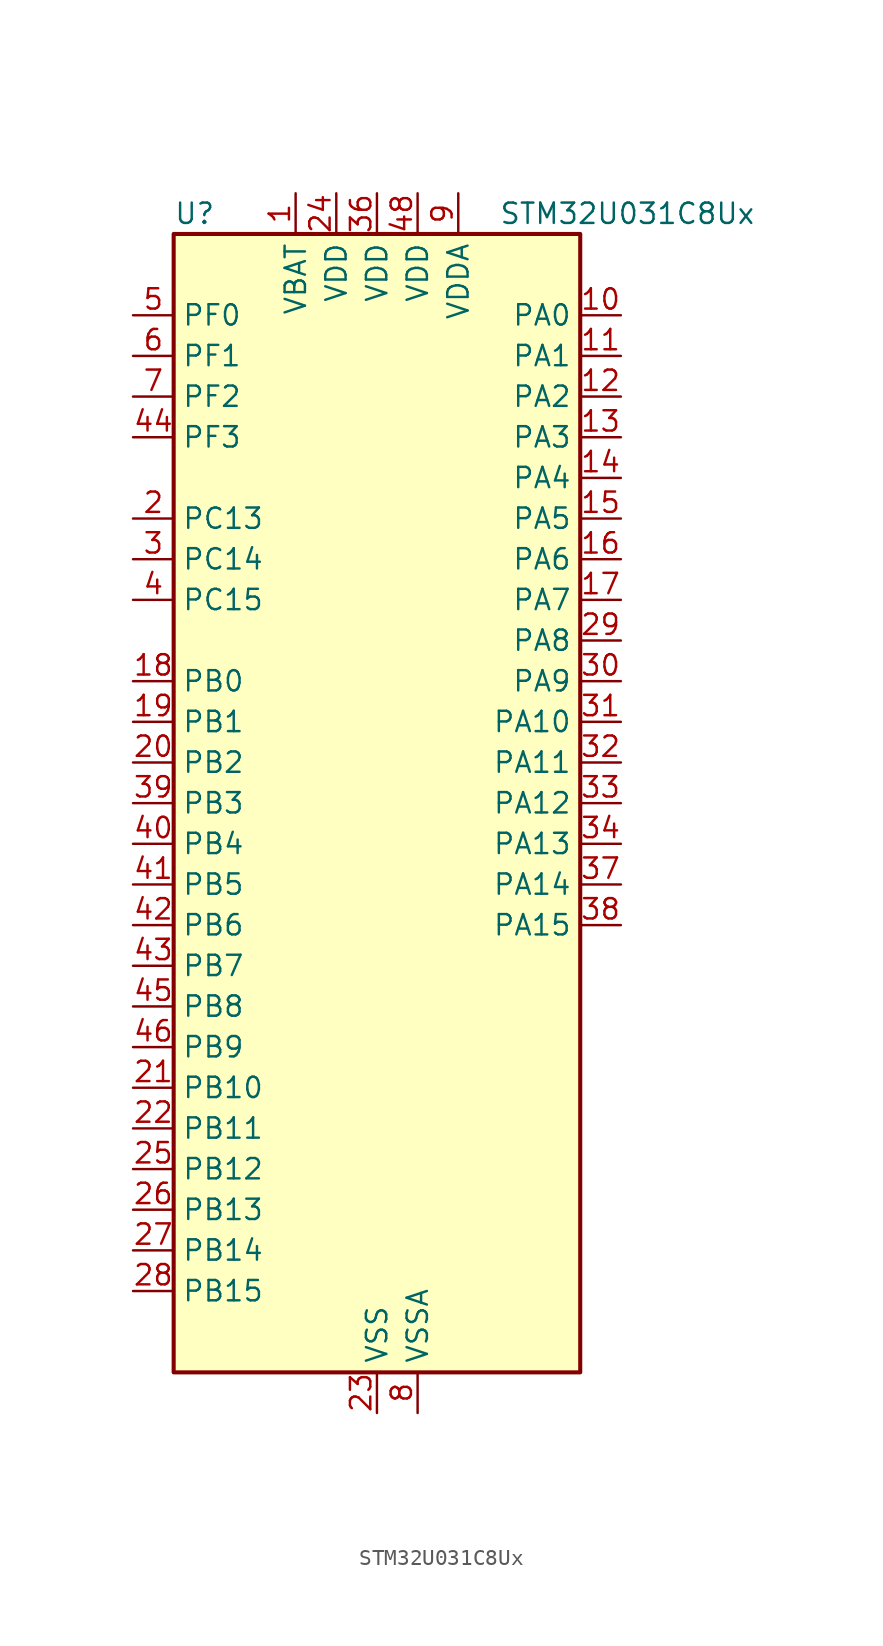
<source format=kicad_sym>
(kicad_symbol_lib
  (version 20241209)
  (generator "kicad_symbol_editor")
  (generator_version "9.0")
  (symbol "STM32U031C8Ux"
    (property "Reference" "U"
      (at -12.7 36.83 0)
      (effects (font (size 1.27 1.27)) (justify left)))
    (property "Value" "STM32U031C8Ux"
      (at 7.62 36.83 0)
      (effects (font (size 1.27 1.27)) (justify left)))
    (symbol "STM32U031C8Ux_0_1"
      (rectangle (start -12.7 -35.56) (end 12.7 35.56) (stroke (width 0.254) (type default)) (fill (type background))))
    (symbol "STM32U031C8Ux_1_1"
      (pin bidirectional line (at -15.24 30.48 0) (length 2.54) (name "PF0" (effects (font (size 1.27 1.27)))) (number "5" (effects (font (size 1.27 1.27)))) (alternate "RCC_OSC_IN" bidirectional line))
      (pin bidirectional line (at -15.24 27.94 0) (length 2.54) (name "PF1" (effects (font (size 1.27 1.27)))) (number "6" (effects (font (size 1.27 1.27)))) (alternate "RCC_OSC_EN" bidirectional line) (alternate "RCC_OSC_OUT" bidirectional line))
      (pin bidirectional line (at -15.24 25.4 0) (length 2.54) (name "PF2" (effects (font (size 1.27 1.27)))) (number "7" (effects (font (size 1.27 1.27)))) (alternate "RCC_MCO" bidirectional line))
      (pin bidirectional line (at -15.24 22.86 0) (length 2.54) (name "PF3" (effects (font (size 1.27 1.27)))) (number "44" (effects (font (size 1.27 1.27)))))
      (pin bidirectional line (at -15.24 17.78 0) (length 2.54) (name "PC13" (effects (font (size 1.27 1.27)))) (number "2" (effects (font (size 1.27 1.27)))) (alternate "LPTIM1_CH3" bidirectional line) (alternate "PWR_WKUP2" bidirectional line) (alternate "RTC_OUT1" bidirectional line) (alternate "RTC_TS" bidirectional line) (alternate "TAMP_IN1" bidirectional line))
      (pin bidirectional line (at -15.24 15.24 0) (length 2.54) (name "PC14" (effects (font (size 1.27 1.27)))) (number "3" (effects (font (size 1.27 1.27)))) (alternate "RCC_OSC32_IN" bidirectional line))
      (pin bidirectional line (at -15.24 12.7 0) (length 2.54) (name "PC15" (effects (font (size 1.27 1.27)))) (number "4" (effects (font (size 1.27 1.27)))) (alternate "RCC_OSC32_EN" bidirectional line) (alternate "RCC_OSC32_OUT" bidirectional line) (alternate "RCC_OSC_EN" bidirectional line))
      (pin bidirectional line (at -15.24 7.62 0) (length 2.54) (name "PB0" (effects (font (size 1.27 1.27)))) (number "18" (effects (font (size 1.27 1.27)))) (alternate "ADC1_IN17" bidirectional line) (alternate "COMP1_OUT" bidirectional line) (alternate "LPUART2_CTS" bidirectional line) (alternate "SPI1_NSS" bidirectional line) (alternate "TIM1_CH2N" bidirectional line) (alternate "TIM3_CH3" bidirectional line) (alternate "TSC_G5_IO2" bidirectional line) (alternate "USART3_CK" bidirectional line))
      (pin bidirectional line (at -15.24 5.08 0) (length 2.54) (name "PB1" (effects (font (size 1.27 1.27)))) (number "19" (effects (font (size 1.27 1.27)))) (alternate "ADC1_IN18" bidirectional line) (alternate "COMP1_INM" bidirectional line) (alternate "LPTIM2_IN1" bidirectional line) (alternate "LPUART1_DE" bidirectional line) (alternate "LPUART1_RTS" bidirectional line) (alternate "LPUART2_DE" bidirectional line) (alternate "LPUART2_RTS" bidirectional line) (alternate "TIM1_CH3N" bidirectional line) (alternate "TIM3_CH4" bidirectional line) (alternate "TSC_SYNC" bidirectional line) (alternate "USART3_DE" bidirectional line) (alternate "USART3_RTS" bidirectional line))
      (pin bidirectional line (at -15.24 2.54 0) (length 2.54) (name "PB2" (effects (font (size 1.27 1.27)))) (number "20" (effects (font (size 1.27 1.27)))) (alternate "COMP1_INP" bidirectional line) (alternate "LPTIM1_CH1" bidirectional line) (alternate "RTC_OUT2" bidirectional line))
      (pin bidirectional line (at -15.24 0 0) (length 2.54) (name "PB3" (effects (font (size 1.27 1.27)))) (number "39" (effects (font (size 1.27 1.27)))) (alternate "DEBUG_JTDO-SWO" bidirectional line) (alternate "I2C2_SCL" bidirectional line) (alternate "I2C3_SCL" bidirectional line) (alternate "LPTIM1_CH3" bidirectional line) (alternate "SPI1_SCK" bidirectional line) (alternate "TIM2_CH2" bidirectional line) (alternate "USART1_DE" bidirectional line) (alternate "USART1_RTS" bidirectional line))
      (pin bidirectional line (at -15.24 -2.54 0) (length 2.54) (name "PB4" (effects (font (size 1.27 1.27)))) (number "40" (effects (font (size 1.27 1.27)))) (alternate "I2C2_SDA" bidirectional line) (alternate "I2C3_SDA" bidirectional line) (alternate "LPTIM1_CH4" bidirectional line) (alternate "SPI1_MISO" bidirectional line) (alternate "TIM3_CH1" bidirectional line) (alternate "TSC_G2_IO1" bidirectional line) (alternate "USART1_CTS" bidirectional line))
      (pin bidirectional line (at -15.24 -5.08 0) (length 2.54) (name "PB5" (effects (font (size 1.27 1.27)))) (number "41" (effects (font (size 1.27 1.27)))) (alternate "LPTIM1_IN1" bidirectional line) (alternate "SPI1_MOSI" bidirectional line) (alternate "TIM16_BKIN" bidirectional line) (alternate "TIM3_CH2" bidirectional line) (alternate "TSC_G2_IO2" bidirectional line) (alternate "USART1_CK" bidirectional line))
      (pin bidirectional line (at -15.24 -7.62 0) (length 2.54) (name "PB6" (effects (font (size 1.27 1.27)))) (number "42" (effects (font (size 1.27 1.27)))) (alternate "I2C1_SCL" bidirectional line) (alternate "I2C2_SCL" bidirectional line) (alternate "LPTIM1_ETR" bidirectional line) (alternate "LPUART2_TX" bidirectional line) (alternate "TIM16_CH1N" bidirectional line) (alternate "TSC_G2_IO3" bidirectional line) (alternate "USART1_TX" bidirectional line))
      (pin bidirectional line (at -15.24 -10.16 0) (length 2.54) (name "PB7" (effects (font (size 1.27 1.27)))) (number "43" (effects (font (size 1.27 1.27)))) (alternate "I2C1_SDA" bidirectional line) (alternate "I2C2_SDA" bidirectional line) (alternate "LPTIM1_IN2" bidirectional line) (alternate "LPUART2_RX" bidirectional line) (alternate "TSC_G2_IO4" bidirectional line) (alternate "USART1_RX" bidirectional line) (alternate "USART4_CTS" bidirectional line))
      (pin bidirectional line (at -15.24 -12.7 0) (length 2.54) (name "PB8" (effects (font (size 1.27 1.27)))) (number "45" (effects (font (size 1.27 1.27)))) (alternate "I2C1_SCL" bidirectional line) (alternate "I2C2_SCL" bidirectional line) (alternate "LPTIM1_IN2" bidirectional line) (alternate "TIM16_CH1" bidirectional line) (alternate "USART3_TX" bidirectional line))
      (pin bidirectional line (at -15.24 -15.24 0) (length 2.54) (name "PB9" (effects (font (size 1.27 1.27)))) (number "46" (effects (font (size 1.27 1.27)))) (alternate "DAC1_EXTI9" bidirectional line) (alternate "I2C1_SDA" bidirectional line) (alternate "I2C2_SDA" bidirectional line) (alternate "IR_OUT" bidirectional line) (alternate "LPTIM1_CH4" bidirectional line) (alternate "SPI2_NSS" bidirectional line) (alternate "USART3_RX" bidirectional line))
      (pin bidirectional line (at -15.24 -17.78 0) (length 2.54) (name "PB10" (effects (font (size 1.27 1.27)))) (number "21" (effects (font (size 1.27 1.27)))) (alternate "COMP1_OUT" bidirectional line) (alternate "I2C2_SCL" bidirectional line) (alternate "LPUART1_RX" bidirectional line) (alternate "LPUART2_RX" bidirectional line) (alternate "SPI2_SCK" bidirectional line) (alternate "TIM2_CH3" bidirectional line) (alternate "TSC_G5_IO3" bidirectional line) (alternate "USART3_TX" bidirectional line))
      (pin bidirectional line (at -15.24 -20.32 0) (length 2.54) (name "PB11" (effects (font (size 1.27 1.27)))) (number "22" (effects (font (size 1.27 1.27)))) (alternate "ADC1_EXTI11" bidirectional line) (alternate "I2C2_SDA" bidirectional line) (alternate "LPUART1_TX" bidirectional line) (alternate "LPUART2_TX" bidirectional line) (alternate "TIM2_CH4" bidirectional line) (alternate "TSC_G5_IO4" bidirectional line) (alternate "USART3_RX" bidirectional line))
      (pin bidirectional line (at -15.24 -22.86 0) (length 2.54) (name "PB12" (effects (font (size 1.27 1.27)))) (number "25" (effects (font (size 1.27 1.27)))) (alternate "LPUART1_DE" bidirectional line) (alternate "LPUART1_RTS" bidirectional line) (alternate "SPI2_NSS" bidirectional line) (alternate "TIM15_BKIN" bidirectional line) (alternate "TIM1_BKIN" bidirectional line) (alternate "TSC_G1_IO1" bidirectional line) (alternate "USART3_CK" bidirectional line))
      (pin bidirectional line (at -15.24 -25.4 0) (length 2.54) (name "PB13" (effects (font (size 1.27 1.27)))) (number "26" (effects (font (size 1.27 1.27)))) (alternate "I2C2_SCL" bidirectional line) (alternate "LPUART1_CTS" bidirectional line) (alternate "SPI2_SCK" bidirectional line) (alternate "TIM15_CH1N" bidirectional line) (alternate "TIM1_CH1N" bidirectional line) (alternate "TSC_G1_IO2" bidirectional line) (alternate "USART3_CTS" bidirectional line))
      (pin bidirectional line (at -15.24 -27.94 0) (length 2.54) (name "PB14" (effects (font (size 1.27 1.27)))) (number "27" (effects (font (size 1.27 1.27)))) (alternate "I2C2_SDA" bidirectional line) (alternate "SPI2_MISO" bidirectional line) (alternate "TIM15_CH1" bidirectional line) (alternate "TIM1_CH2N" bidirectional line) (alternate "TSC_G1_IO3" bidirectional line) (alternate "USART3_DE" bidirectional line) (alternate "USART3_RTS" bidirectional line))
      (pin bidirectional line (at -15.24 -30.48 0) (length 2.54) (name "PB15" (effects (font (size 1.27 1.27)))) (number "28" (effects (font (size 1.27 1.27)))) (alternate "PWR_WKUP7" bidirectional line) (alternate "RTC_REFIN" bidirectional line) (alternate "SPI2_MOSI" bidirectional line) (alternate "TAMP_IN3" bidirectional line) (alternate "TIM15_CH2" bidirectional line) (alternate "TIM1_CH3N" bidirectional line) (alternate "TSC_G1_IO4" bidirectional line))
      (pin power_in line (at -5.08 38.1 270) (length 2.54) (name "VBAT" (effects (font (size 1.27 1.27)))) (number "1" (effects (font (size 1.27 1.27)))))
      (pin power_in line (at -2.54 38.1 270) (length 2.54) (name "VDD" (effects (font (size 1.27 1.27)))) (number "24" (effects (font (size 1.27 1.27)))))
      (pin power_in line (at 0 38.1 270) (length 2.54) (name "VDD" (effects (font (size 1.27 1.27)))) (number "36" (effects (font (size 1.27 1.27)))))
      (pin power_in line (at 0 -38.1 90) (length 2.54) (name "VSS" (effects (font (size 1.27 1.27)))) (number "23" (effects (font (size 1.27 1.27)))))
      (pin passive line (at 0 -38.1 90) (length 2.54) (hide yes) (name "VSS" (effects (font (size 1.27 1.27)))) (number "35" (effects (font (size 1.27 1.27)))))
      (pin passive line (at 0 -38.1 90) (length 2.54) (hide yes) (name "VSS" (effects (font (size 1.27 1.27)))) (number "47" (effects (font (size 1.27 1.27)))))
      (pin passive line (at 0 -38.1 90) (length 2.54) (hide yes) (name "VSS" (effects (font (size 1.27 1.27)))) (number "49" (effects (font (size 1.27 1.27)))))
      (pin power_in line (at 2.54 38.1 270) (length 2.54) (name "VDD" (effects (font (size 1.27 1.27)))) (number "48" (effects (font (size 1.27 1.27)))))
      (pin power_in line (at 2.54 -38.1 90) (length 2.54) (name "VSSA" (effects (font (size 1.27 1.27)))) (number "8" (effects (font (size 1.27 1.27)))))
      (pin power_in line (at 5.08 38.1 270) (length 2.54) (name "VDDA" (effects (font (size 1.27 1.27)))) (number "9" (effects (font (size 1.27 1.27)))))
      (pin bidirectional line (at 15.24 30.48 180) (length 2.54) (name "PA0" (effects (font (size 1.27 1.27)))) (number "10" (effects (font (size 1.27 1.27)))) (alternate "ADC1_IN4" bidirectional line) (alternate "COMP1_INM" bidirectional line) (alternate "COMP1_OUT" bidirectional line) (alternate "OPAMP1_VINP" bidirectional line) (alternate "PWR_WKUP1" bidirectional line) (alternate "TAMP_IN2" bidirectional line) (alternate "TIM2_CH1" bidirectional line) (alternate "TIM2_ETR" bidirectional line) (alternate "USART2_CTS" bidirectional line) (alternate "USART4_TX" bidirectional line))
      (pin bidirectional line (at 15.24 27.94 180) (length 2.54) (name "PA1" (effects (font (size 1.27 1.27)))) (number "11" (effects (font (size 1.27 1.27)))) (alternate "ADC1_IN5" bidirectional line) (alternate "COMP1_INP" bidirectional line) (alternate "LPTIM1_CH2" bidirectional line) (alternate "OPAMP1_VINM" bidirectional line) (alternate "PWR_WKUP3" bidirectional line) (alternate "SPI1_SCK" bidirectional line) (alternate "SPI2_SCK" bidirectional line) (alternate "TAMP_IN5" bidirectional line) (alternate "TIM15_CH1N" bidirectional line) (alternate "TIM2_CH2" bidirectional line) (alternate "USART2_DE" bidirectional line) (alternate "USART2_RTS" bidirectional line) (alternate "USART4_RX" bidirectional line))
      (pin bidirectional line (at 15.24 25.4 180) (length 2.54) (name "PA2" (effects (font (size 1.27 1.27)))) (number "12" (effects (font (size 1.27 1.27)))) (alternate "ADC1_IN6" bidirectional line) (alternate "LPUART1_TX" bidirectional line) (alternate "PWR_WKUP4" bidirectional line) (alternate "RCC_LSCO" bidirectional line) (alternate "TIM15_CH1" bidirectional line) (alternate "TIM2_CH3" bidirectional line) (alternate "USART2_TX" bidirectional line))
      (pin bidirectional line (at 15.24 22.86 180) (length 2.54) (name "PA3" (effects (font (size 1.27 1.27)))) (number "13" (effects (font (size 1.27 1.27)))) (alternate "ADC1_IN7" bidirectional line) (alternate "LPUART1_RX" bidirectional line) (alternate "OPAMP1_VOUT" bidirectional line) (alternate "TIM15_CH2" bidirectional line) (alternate "TIM2_CH4" bidirectional line) (alternate "USART2_RX" bidirectional line))
      (pin bidirectional line (at 15.24 20.32 180) (length 2.54) (name "PA4" (effects (font (size 1.27 1.27)))) (number "14" (effects (font (size 1.27 1.27)))) (alternate "ADC1_IN8" bidirectional line) (alternate "COMP1_INM" bidirectional line) (alternate "DAC1_OUT1" bidirectional line) (alternate "LPTIM2_CH1" bidirectional line) (alternate "SPI1_NSS" bidirectional line) (alternate "USART2_CK" bidirectional line))
      (pin bidirectional line (at 15.24 17.78 180) (length 2.54) (name "PA5" (effects (font (size 1.27 1.27)))) (number "15" (effects (font (size 1.27 1.27)))) (alternate "ADC1_IN9" bidirectional line) (alternate "COMP1_INM" bidirectional line) (alternate "LPTIM2_ETR" bidirectional line) (alternate "SPI1_SCK" bidirectional line) (alternate "TIM2_CH1" bidirectional line) (alternate "TIM2_ETR" bidirectional line) (alternate "USART3_TX" bidirectional line))
      (pin bidirectional line (at 15.24 15.24 180) (length 2.54) (name "PA6" (effects (font (size 1.27 1.27)))) (number "16" (effects (font (size 1.27 1.27)))) (alternate "ADC1_IN10" bidirectional line) (alternate "COMP1_OUT" bidirectional line) (alternate "I2C2_SDA" bidirectional line) (alternate "I2C3_SDA" bidirectional line) (alternate "LPUART1_CTS" bidirectional line) (alternate "SPI1_MISO" bidirectional line) (alternate "TIM16_CH1" bidirectional line) (alternate "TIM1_BKIN" bidirectional line) (alternate "TIM3_CH1" bidirectional line) (alternate "TSC_G5_IO1" bidirectional line) (alternate "USART3_CTS" bidirectional line))
      (pin bidirectional line (at 15.24 12.7 180) (length 2.54) (name "PA7" (effects (font (size 1.27 1.27)))) (number "17" (effects (font (size 1.27 1.27)))) (alternate "ADC1_IN14" bidirectional line) (alternate "I2C2_SCL" bidirectional line) (alternate "I2C3_SCL" bidirectional line) (alternate "LPTIM2_CH2" bidirectional line) (alternate "SPI1_MOSI" bidirectional line) (alternate "TIM1_CH1N" bidirectional line) (alternate "TIM3_CH2" bidirectional line) (alternate "USART3_RX" bidirectional line))
      (pin bidirectional line (at 15.24 10.16 180) (length 2.54) (name "PA8" (effects (font (size 1.27 1.27)))) (number "29" (effects (font (size 1.27 1.27)))) (alternate "LPTIM2_CH1" bidirectional line) (alternate "RCC_MCO" bidirectional line) (alternate "RCC_MCO2" bidirectional line) (alternate "TIM1_CH1" bidirectional line) (alternate "TSC_G7_IO1" bidirectional line) (alternate "USART1_CK" bidirectional line))
      (pin bidirectional line (at 15.24 7.62 180) (length 2.54) (name "PA9" (effects (font (size 1.27 1.27)))) (number "30" (effects (font (size 1.27 1.27)))) (alternate "COMP1_INP" bidirectional line) (alternate "DAC1_EXTI9" bidirectional line) (alternate "I2C1_SCL" bidirectional line) (alternate "I2C2_SCL" bidirectional line) (alternate "RCC_MCO" bidirectional line) (alternate "TIM15_BKIN" bidirectional line) (alternate "TIM1_CH2" bidirectional line) (alternate "TSC_G7_IO2" bidirectional line) (alternate "USART1_TX" bidirectional line))
      (pin bidirectional line (at 15.24 5.08 180) (length 2.54) (name "PA10" (effects (font (size 1.27 1.27)))) (number "31" (effects (font (size 1.27 1.27)))) (alternate "I2C1_SDA" bidirectional line) (alternate "I2C2_SDA" bidirectional line) (alternate "RCC_MCO2" bidirectional line) (alternate "SPI2_NSS" bidirectional line) (alternate "TIM1_CH3" bidirectional line) (alternate "TSC_G7_IO3" bidirectional line) (alternate "USART1_RX" bidirectional line))
      (pin bidirectional line (at 15.24 2.54 180) (length 2.54) (name "PA11" (effects (font (size 1.27 1.27)))) (number "32" (effects (font (size 1.27 1.27)))) (alternate "ADC1_EXTI11" bidirectional line) (alternate "COMP1_OUT" bidirectional line) (alternate "SPI1_MISO" bidirectional line) (alternate "SPI2_MISO" bidirectional line) (alternate "TIM1_BKIN2" bidirectional line) (alternate "TIM1_CH4" bidirectional line) (alternate "USART1_CTS" bidirectional line))
      (pin bidirectional line (at 15.24 0 180) (length 2.54) (name "PA12" (effects (font (size 1.27 1.27)))) (number "33" (effects (font (size 1.27 1.27)))) (alternate "SPI1_MOSI" bidirectional line) (alternate "SPI2_MOSI" bidirectional line) (alternate "TIM1_ETR" bidirectional line) (alternate "USART1_DE" bidirectional line) (alternate "USART1_RTS" bidirectional line))
      (pin bidirectional line (at 15.24 -2.54 180) (length 2.54) (name "PA13" (effects (font (size 1.27 1.27)))) (number "34" (effects (font (size 1.27 1.27)))) (alternate "DEBUG_JTMS-SWDIO" bidirectional line) (alternate "IR_OUT" bidirectional line) (alternate "TSC_G7_IO4" bidirectional line))
      (pin bidirectional line (at 15.24 -5.08 180) (length 2.54) (name "PA14" (effects (font (size 1.27 1.27)))) (number "37" (effects (font (size 1.27 1.27)))) (alternate "DEBUG_JTCK-SWCLK" bidirectional line) (alternate "LPTIM1_CH1" bidirectional line) (alternate "TSC_G3_IO4" bidirectional line))
      (pin bidirectional line (at 15.24 -7.62 180) (length 2.54) (name "PA15" (effects (font (size 1.27 1.27)))) (number "38" (effects (font (size 1.27 1.27)))) (alternate "DEBUG_JTDI" bidirectional line) (alternate "SPI1_NSS" bidirectional line) (alternate "TIM2_CH1" bidirectional line) (alternate "TIM2_ETR" bidirectional line) (alternate "TSC_G3_IO1" bidirectional line) (alternate "USART2_RX" bidirectional line) (alternate "USART3_DE" bidirectional line) (alternate "USART3_RTS" bidirectional line) (alternate "USART4_DE" bidirectional line) (alternate "USART4_RTS" bidirectional line)))))
</source>
